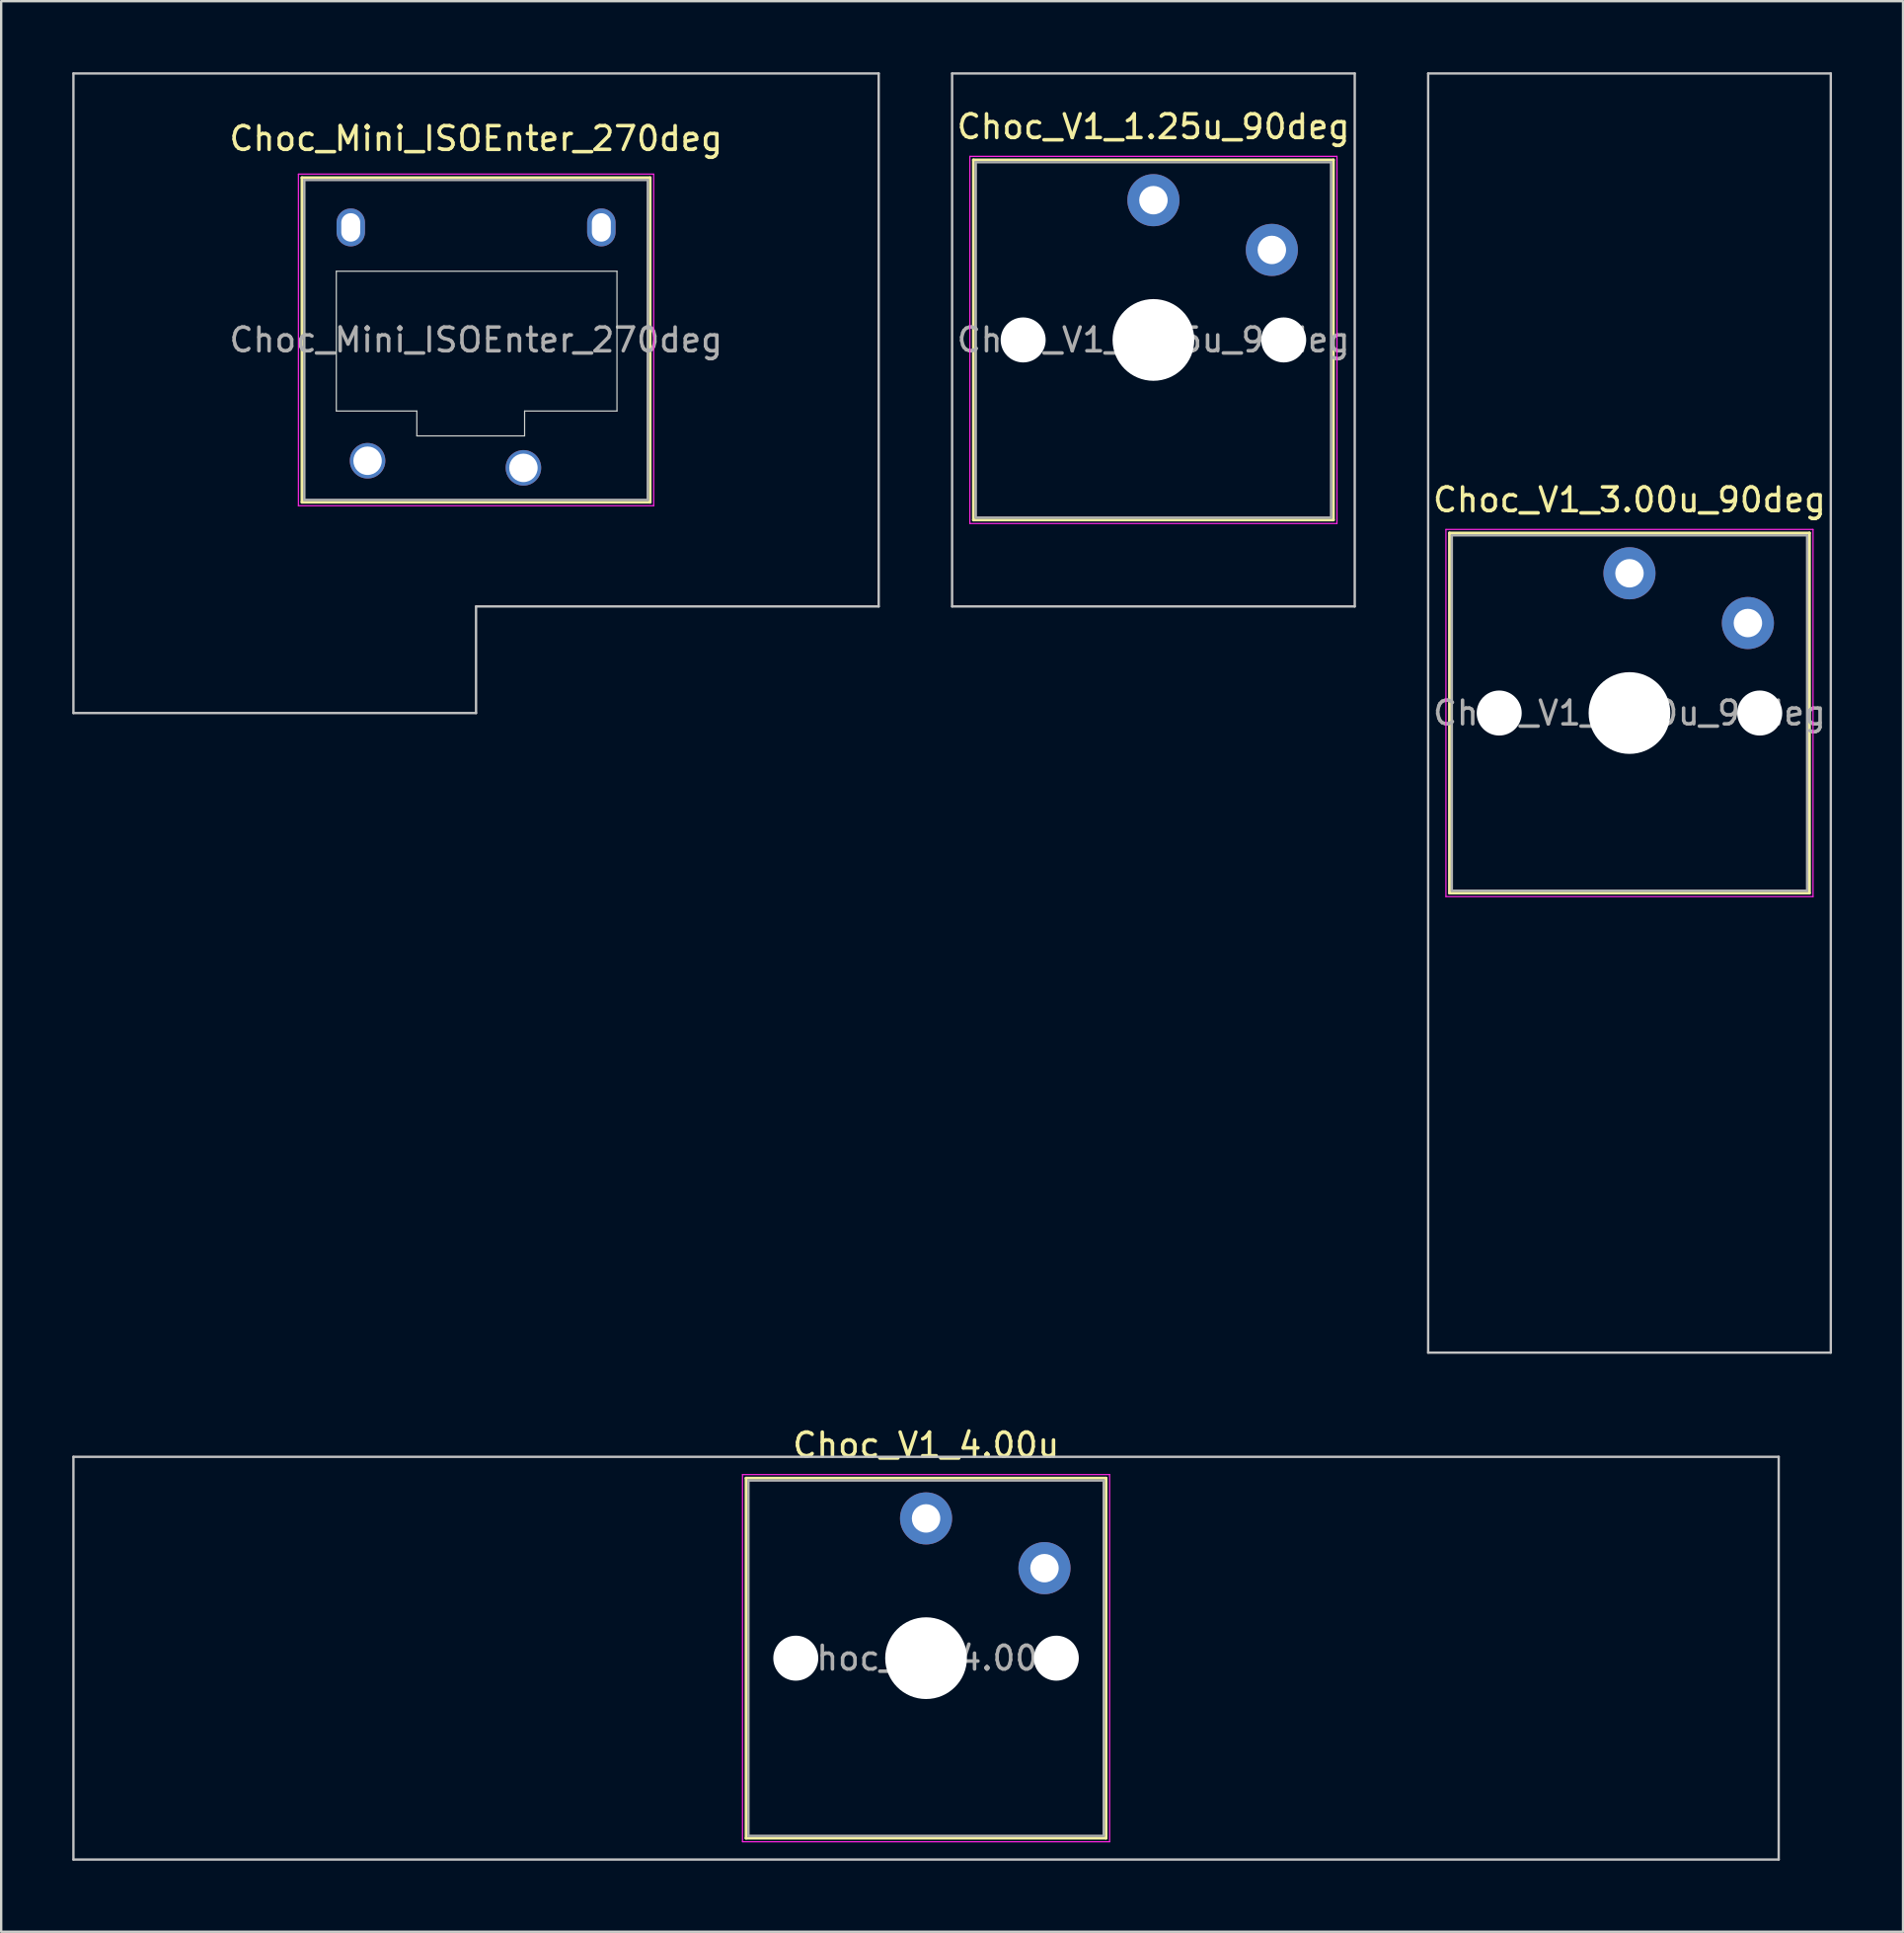
<source format=kicad_pcb>
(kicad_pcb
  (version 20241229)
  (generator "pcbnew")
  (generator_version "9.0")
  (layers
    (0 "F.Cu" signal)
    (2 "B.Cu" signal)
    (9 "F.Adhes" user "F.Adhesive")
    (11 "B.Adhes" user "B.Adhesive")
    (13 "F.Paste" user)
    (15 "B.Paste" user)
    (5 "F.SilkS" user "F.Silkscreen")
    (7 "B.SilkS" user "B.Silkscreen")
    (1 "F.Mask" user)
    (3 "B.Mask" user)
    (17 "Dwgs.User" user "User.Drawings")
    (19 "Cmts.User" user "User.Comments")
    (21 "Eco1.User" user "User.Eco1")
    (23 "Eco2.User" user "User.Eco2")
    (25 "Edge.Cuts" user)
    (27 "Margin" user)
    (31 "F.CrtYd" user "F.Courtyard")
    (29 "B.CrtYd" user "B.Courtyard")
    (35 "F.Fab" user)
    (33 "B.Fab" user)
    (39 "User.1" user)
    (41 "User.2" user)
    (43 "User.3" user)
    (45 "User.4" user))
  (footprint "Choc_V1_4.00u"
    (layer "F.Cu")
    (at 36.05 66.948)
    (property "Reference" "Choc_V1_4.00u" (at 0 -9 0) (layer "F.SilkS") (effects (font (size 1 1) (thickness 0.15))))
    (attr through_hole)
    (fp_line (start -7.6 -7.6) (end -7.6 7.6) (stroke (width 0.12) (type solid)) (layer "F.SilkS"))
    (fp_line (start -7.6 7.6) (end 7.6 7.6) (stroke (width 0.12) (type solid)) (layer "F.SilkS"))
    (fp_line (start 7.6 -7.6) (end -7.6 -7.6) (stroke (width 0.12) (type solid)) (layer "F.SilkS"))
    (fp_line (start 7.6 7.6) (end 7.6 -7.6) (stroke (width 0.12) (type solid)) (layer "F.SilkS"))
    (fp_line (start -36 -8.5) (end -36 8.5) (stroke (width 0.1) (type solid)) (layer "Dwgs.User"))
    (fp_line (start -36 8.5) (end 36 8.5) (stroke (width 0.1) (type solid)) (layer "Dwgs.User"))
    (fp_line (start 36 -8.5) (end -36 -8.5) (stroke (width 0.1) (type solid)) (layer "Dwgs.User"))
    (fp_line (start 36 8.5) (end 36 -8.5) (stroke (width 0.1) (type solid)) (layer "Dwgs.User"))
    (fp_line (start -7.25 -7.25) (end -7.25 7.25) (stroke (width 0.1) (type solid)) (layer "Eco1.User"))
    (fp_line (start -7.25 7.25) (end 7.25 7.25) (stroke (width 0.1) (type solid)) (layer "Eco1.User"))
    (fp_line (start 7.25 -7.25) (end -7.25 -7.25) (stroke (width 0.1) (type solid)) (layer "Eco1.User"))
    (fp_line (start 7.25 7.25) (end 7.25 -7.25) (stroke (width 0.1) (type solid)) (layer "Eco1.User"))
    (fp_line (start -7.75 -7.75) (end -7.75 7.75) (stroke (width 0.05) (type solid)) (layer "F.CrtYd"))
    (fp_line (start -7.75 7.75) (end 7.75 7.75) (stroke (width 0.05) (type solid)) (layer "F.CrtYd"))
    (fp_line (start 7.75 -7.75) (end -7.75 -7.75) (stroke (width 0.05) (type solid)) (layer "F.CrtYd"))
    (fp_line (start 7.75 7.75) (end 7.75 -7.75) (stroke (width 0.05) (type solid)) (layer "F.CrtYd"))
    (fp_line (start -7.5 -7.5) (end -7.5 7.5) (stroke (width 0.1) (type solid)) (layer "F.Fab"))
    (fp_line (start -7.5 7.5) (end 7.5 7.5) (stroke (width 0.1) (type solid)) (layer "F.Fab"))
    (fp_line (start 7.5 -7.5) (end -7.5 -7.5) (stroke (width 0.1) (type solid)) (layer "F.Fab"))
    (fp_line (start 7.5 7.5) (end 7.5 -7.5) (stroke (width 0.1) (type solid)) (layer "F.Fab"))
    (fp_text user "${REFERENCE}" (at 0 0 0) (layer "F.Fab") (effects (font (size 1 1) (thickness 0.15))))
    (pad "" np_thru_hole circle (at -5.5 0) (size 1.9 1.9) (drill 1.9) (layers "*.Cu" "*.Mask"))
    (pad "" np_thru_hole circle (at 0 0) (size 3.45 3.45) (drill 3.45) (layers "*.Cu" "*.Mask"))
    (pad "" np_thru_hole circle (at 5.5 0) (size 1.9 1.9) (drill 1.9) (layers "*.Cu" "*.Mask"))
    (pad "1" thru_hole circle (at 0 -5.9) (size 2.2 2.2) (drill 1.2) (layers "*.Cu" "*.Mask"))
    (pad "2" thru_hole circle (at 5 -3.8) (size 2.2 2.2) (drill 1.2) (layers "*.Cu" "*.Mask")))
  (footprint "Choc_V1_3.00u_90deg"
    (layer "F.Cu")
    (at 65.75 27.05)
    (property "Reference" "Choc_V1_3.00u_90deg" (at 0 -9 0) (layer "F.SilkS") (effects (font (size 1 1) (thickness 0.15))))
    (attr through_hole)
    (fp_line (start -7.6 -7.6) (end -7.6 7.6) (stroke (width 0.12) (type solid)) (layer "F.SilkS"))
    (fp_line (start -7.6 7.6) (end 7.6 7.6) (stroke (width 0.12) (type solid)) (layer "F.SilkS"))
    (fp_line (start 7.6 -7.6) (end -7.6 -7.6) (stroke (width 0.12) (type solid)) (layer "F.SilkS"))
    (fp_line (start 7.6 7.6) (end 7.6 -7.6) (stroke (width 0.12) (type solid)) (layer "F.SilkS"))
    (fp_line (start -8.5 -27) (end 8.5 -27) (stroke (width 0.1) (type solid)) (layer "Dwgs.User"))
    (fp_line (start -8.5 27) (end -8.5 -27) (stroke (width 0.1) (type solid)) (layer "Dwgs.User"))
    (fp_line (start 8.5 -27) (end 8.5 27) (stroke (width 0.1) (type solid)) (layer "Dwgs.User"))
    (fp_line (start 8.5 27) (end -8.5 27) (stroke (width 0.1) (type solid)) (layer "Dwgs.User"))
    (fp_line (start -7.25 -7.25) (end -7.25 7.25) (stroke (width 0.1) (type solid)) (layer "Eco1.User"))
    (fp_line (start -7.25 7.25) (end 7.25 7.25) (stroke (width 0.1) (type solid)) (layer "Eco1.User"))
    (fp_line (start 7.25 -7.25) (end -7.25 -7.25) (stroke (width 0.1) (type solid)) (layer "Eco1.User"))
    (fp_line (start 7.25 7.25) (end 7.25 -7.25) (stroke (width 0.1) (type solid)) (layer "Eco1.User"))
    (fp_line (start -7.75 -7.75) (end -7.75 7.75) (stroke (width 0.05) (type solid)) (layer "F.CrtYd"))
    (fp_line (start -7.75 7.75) (end 7.75 7.75) (stroke (width 0.05) (type solid)) (layer "F.CrtYd"))
    (fp_line (start 7.75 -7.75) (end -7.75 -7.75) (stroke (width 0.05) (type solid)) (layer "F.CrtYd"))
    (fp_line (start 7.75 7.75) (end 7.75 -7.75) (stroke (width 0.05) (type solid)) (layer "F.CrtYd"))
    (fp_line (start -7.5 -7.5) (end -7.5 7.5) (stroke (width 0.1) (type solid)) (layer "F.Fab"))
    (fp_line (start -7.5 7.5) (end 7.5 7.5) (stroke (width 0.1) (type solid)) (layer "F.Fab"))
    (fp_line (start 7.5 -7.5) (end -7.5 -7.5) (stroke (width 0.1) (type solid)) (layer "F.Fab"))
    (fp_line (start 7.5 7.5) (end 7.5 -7.5) (stroke (width 0.1) (type solid)) (layer "F.Fab"))
    (fp_text user "${REFERENCE}" (at 0 0 0) (layer "F.Fab") (effects (font (size 1 1) (thickness 0.15))))
    (pad "" np_thru_hole circle (at -5.5 0) (size 1.9 1.9) (drill 1.9) (layers "*.Cu" "*.Mask"))
    (pad "" np_thru_hole circle (at 0 0) (size 3.45 3.45) (drill 3.45) (layers "*.Cu" "*.Mask"))
    (pad "" np_thru_hole circle (at 5.5 0) (size 1.9 1.9) (drill 1.9) (layers "*.Cu" "*.Mask"))
    (pad "1" thru_hole circle (at 0 -5.9) (size 2.2 2.2) (drill 1.2) (layers "*.Cu" "*.Mask"))
    (pad "2" thru_hole circle (at 5 -3.8) (size 2.2 2.2) (drill 1.2) (layers "*.Cu" "*.Mask")))
  (footprint "Choc_V1_1.25u_90deg"
    (layer "F.Cu")
    (at 45.65 11.3)
    (property "Reference" "Choc_V1_1.25u_90deg" (at 0 -9 0) (layer "F.SilkS") (effects (font (size 1 1) (thickness 0.15))))
    (attr through_hole)
    (fp_line (start -7.6 -7.6) (end -7.6 7.6) (stroke (width 0.12) (type solid)) (layer "F.SilkS"))
    (fp_line (start -7.6 7.6) (end 7.6 7.6) (stroke (width 0.12) (type solid)) (layer "F.SilkS"))
    (fp_line (start 7.6 -7.6) (end -7.6 -7.6) (stroke (width 0.12) (type solid)) (layer "F.SilkS"))
    (fp_line (start 7.6 7.6) (end 7.6 -7.6) (stroke (width 0.12) (type solid)) (layer "F.SilkS"))
    (fp_line (start -8.5 -11.25) (end 8.5 -11.25) (stroke (width 0.1) (type solid)) (layer "Dwgs.User"))
    (fp_line (start -8.5 11.25) (end -8.5 -11.25) (stroke (width 0.1) (type solid)) (layer "Dwgs.User"))
    (fp_line (start 8.5 -11.25) (end 8.5 11.25) (stroke (width 0.1) (type solid)) (layer "Dwgs.User"))
    (fp_line (start 8.5 11.25) (end -8.5 11.25) (stroke (width 0.1) (type solid)) (layer "Dwgs.User"))
    (fp_line (start -7.25 -7.25) (end -7.25 7.25) (stroke (width 0.1) (type solid)) (layer "Eco1.User"))
    (fp_line (start -7.25 7.25) (end 7.25 7.25) (stroke (width 0.1) (type solid)) (layer "Eco1.User"))
    (fp_line (start 7.25 -7.25) (end -7.25 -7.25) (stroke (width 0.1) (type solid)) (layer "Eco1.User"))
    (fp_line (start 7.25 7.25) (end 7.25 -7.25) (stroke (width 0.1) (type solid)) (layer "Eco1.User"))
    (fp_line (start -7.75 -7.75) (end -7.75 7.75) (stroke (width 0.05) (type solid)) (layer "F.CrtYd"))
    (fp_line (start -7.75 7.75) (end 7.75 7.75) (stroke (width 0.05) (type solid)) (layer "F.CrtYd"))
    (fp_line (start 7.75 -7.75) (end -7.75 -7.75) (stroke (width 0.05) (type solid)) (layer "F.CrtYd"))
    (fp_line (start 7.75 7.75) (end 7.75 -7.75) (stroke (width 0.05) (type solid)) (layer "F.CrtYd"))
    (fp_line (start -7.5 -7.5) (end -7.5 7.5) (stroke (width 0.1) (type solid)) (layer "F.Fab"))
    (fp_line (start -7.5 7.5) (end 7.5 7.5) (stroke (width 0.1) (type solid)) (layer "F.Fab"))
    (fp_line (start 7.5 -7.5) (end -7.5 -7.5) (stroke (width 0.1) (type solid)) (layer "F.Fab"))
    (fp_line (start 7.5 7.5) (end 7.5 -7.5) (stroke (width 0.1) (type solid)) (layer "F.Fab"))
    (fp_text user "${REFERENCE}" (at 0 0 0) (layer "F.Fab") (effects (font (size 1 1) (thickness 0.15))))
    (pad "" np_thru_hole circle (at -5.5 0) (size 1.9 1.9) (drill 1.9) (layers "*.Cu" "*.Mask"))
    (pad "" np_thru_hole circle (at 0 0) (size 3.45 3.45) (drill 3.45) (layers "*.Cu" "*.Mask"))
    (pad "" np_thru_hole circle (at 5.5 0) (size 1.9 1.9) (drill 1.9) (layers "*.Cu" "*.Mask"))
    (pad "1" thru_hole circle (at 0 -5.9) (size 2.2 2.2) (drill 1.2) (layers "*.Cu" "*.Mask"))
    (pad "2" thru_hole circle (at 5 -3.8) (size 2.2 2.2) (drill 1.2) (layers "*.Cu" "*.Mask")))
  (footprint "Choc_Mini_ISOEnter_270deg"
    (layer "F.Cu")
    (at 17.05 11.3)
    (property "Reference" "Choc_Mini_ISOEnter_270deg" (at 0 -8.5 0) (layer "F.SilkS") (effects (font (size 1 1) (thickness 0.15))))
    (attr through_hole)
    (fp_line (start -7.35 -6.85) (end -7.35 6.85) (stroke (width 0.12) (type solid)) (layer "F.SilkS"))
    (fp_line (start -7.35 6.85) (end 7.35 6.85) (stroke (width 0.12) (type solid)) (layer "F.SilkS"))
    (fp_line (start 7.35 -6.85) (end -7.35 -6.85) (stroke (width 0.12) (type solid)) (layer "F.SilkS"))
    (fp_line (start 7.35 6.85) (end 7.35 -6.85) (stroke (width 0.12) (type solid)) (layer "F.SilkS"))
    (fp_line (start -17 -11.25) (end -17 15.75) (stroke (width 0.1) (type solid)) (layer "Dwgs.User"))
    (fp_line (start -17 15.75) (end 0 15.75) (stroke (width 0.1) (type solid)) (layer "Dwgs.User"))
    (fp_line (start 0 11.25) (end 17 11.25) (stroke (width 0.1) (type solid)) (layer "Dwgs.User"))
    (fp_line (start 0 15.75) (end 0 11.25) (stroke (width 0.1) (type solid)) (layer "Dwgs.User"))
    (fp_line (start 17 -11.25) (end -17 -11.25) (stroke (width 0.1) (type solid)) (layer "Dwgs.User"))
    (fp_line (start 17 11.25) (end 17 -11.25) (stroke (width 0.1) (type solid)) (layer "Dwgs.User"))
    (fp_line (start -6.85 -6.35) (end -6.85 6.35) (stroke (width 0.1) (type solid)) (layer "Eco1.User"))
    (fp_line (start -6.85 6.35) (end 6.85 6.35) (stroke (width 0.1) (type solid)) (layer "Eco1.User"))
    (fp_line (start 6.85 -6.35) (end -6.85 -6.35) (stroke (width 0.1) (type solid)) (layer "Eco1.User"))
    (fp_line (start 6.85 6.35) (end 6.85 -6.35) (stroke (width 0.1) (type solid)) (layer "Eco1.User"))
    (fp_line (start -5.9 -2.9) (end -5.9 3) (stroke (width 0.05) (type solid)) (layer "Edge.Cuts"))
    (fp_line (start -5.9 3) (end -2.5 3) (stroke (width 0.05) (type solid)) (layer "Edge.Cuts"))
    (fp_line (start -2.5 3) (end -2.5 4.05) (stroke (width 0.05) (type solid)) (layer "Edge.Cuts"))
    (fp_line (start -2.5 4.05) (end 2.05 4.05) (stroke (width 0.05) (type solid)) (layer "Edge.Cuts"))
    (fp_line (start 2.05 3) (end 5.95 3) (stroke (width 0.05) (type solid)) (layer "Edge.Cuts"))
    (fp_line (start 2.05 4.05) (end 2.05 3) (stroke (width 0.05) (type solid)) (layer "Edge.Cuts"))
    (fp_line (start 5.95 -2.9) (end -5.9 -2.9) (stroke (width 0.05) (type solid)) (layer "Edge.Cuts"))
    (fp_line (start 5.95 3) (end 5.95 -2.9) (stroke (width 0.05) (type solid)) (layer "Edge.Cuts"))
    (fp_line (start -7.5 -7) (end -7.5 7) (stroke (width 0.05) (type solid)) (layer "F.CrtYd"))
    (fp_line (start -7.5 7) (end 7.5 7) (stroke (width 0.05) (type solid)) (layer "F.CrtYd"))
    (fp_line (start 7.5 -7) (end -7.5 -7) (stroke (width 0.05) (type solid)) (layer "F.CrtYd"))
    (fp_line (start 7.5 7) (end 7.5 -7) (stroke (width 0.05) (type solid)) (layer "F.CrtYd"))
    (fp_line (start -7.25 -6.75) (end -7.25 6.75) (stroke (width 0.1) (type solid)) (layer "F.Fab"))
    (fp_line (start -7.25 6.75) (end 7.25 6.75) (stroke (width 0.1) (type solid)) (layer "F.Fab"))
    (fp_line (start 7.25 -6.75) (end -7.25 -6.75) (stroke (width 0.1) (type solid)) (layer "F.Fab"))
    (fp_line (start 7.25 6.75) (end 7.25 -6.75) (stroke (width 0.1) (type solid)) (layer "F.Fab"))
    (fp_text user "${REFERENCE}" (at 0 0 0) (layer "F.Fab") (effects (font (size 1 1) (thickness 0.15))))
    (pad "" np_thru_hole oval (at -5.29 -4.75) (size 1.2 1.6) (drill oval 0.8 1.2) (layers "*.Cu" "*.Mask"))
    (pad "" np_thru_hole oval (at 5.29 -4.75) (size 1.2 1.6) (drill oval 0.8 1.2) (layers "*.Cu" "*.Mask"))
    (pad "1" thru_hole circle (at 2 5.4) (size 1.5 1.5) (drill 1.2) (layers "*.Cu" "*.Mask"))
    (pad "2" thru_hole circle (at -4.58 5.1) (size 1.5 1.5) (drill 1.2) (layers "*.Cu" "*.Mask")))
  (gr_rect
    (start -3 -3)
    (end 77.3 78.498)
    (stroke (width 0.1) (type default))
    (fill no)
    (layer "Edge.Cuts")))
</source>
